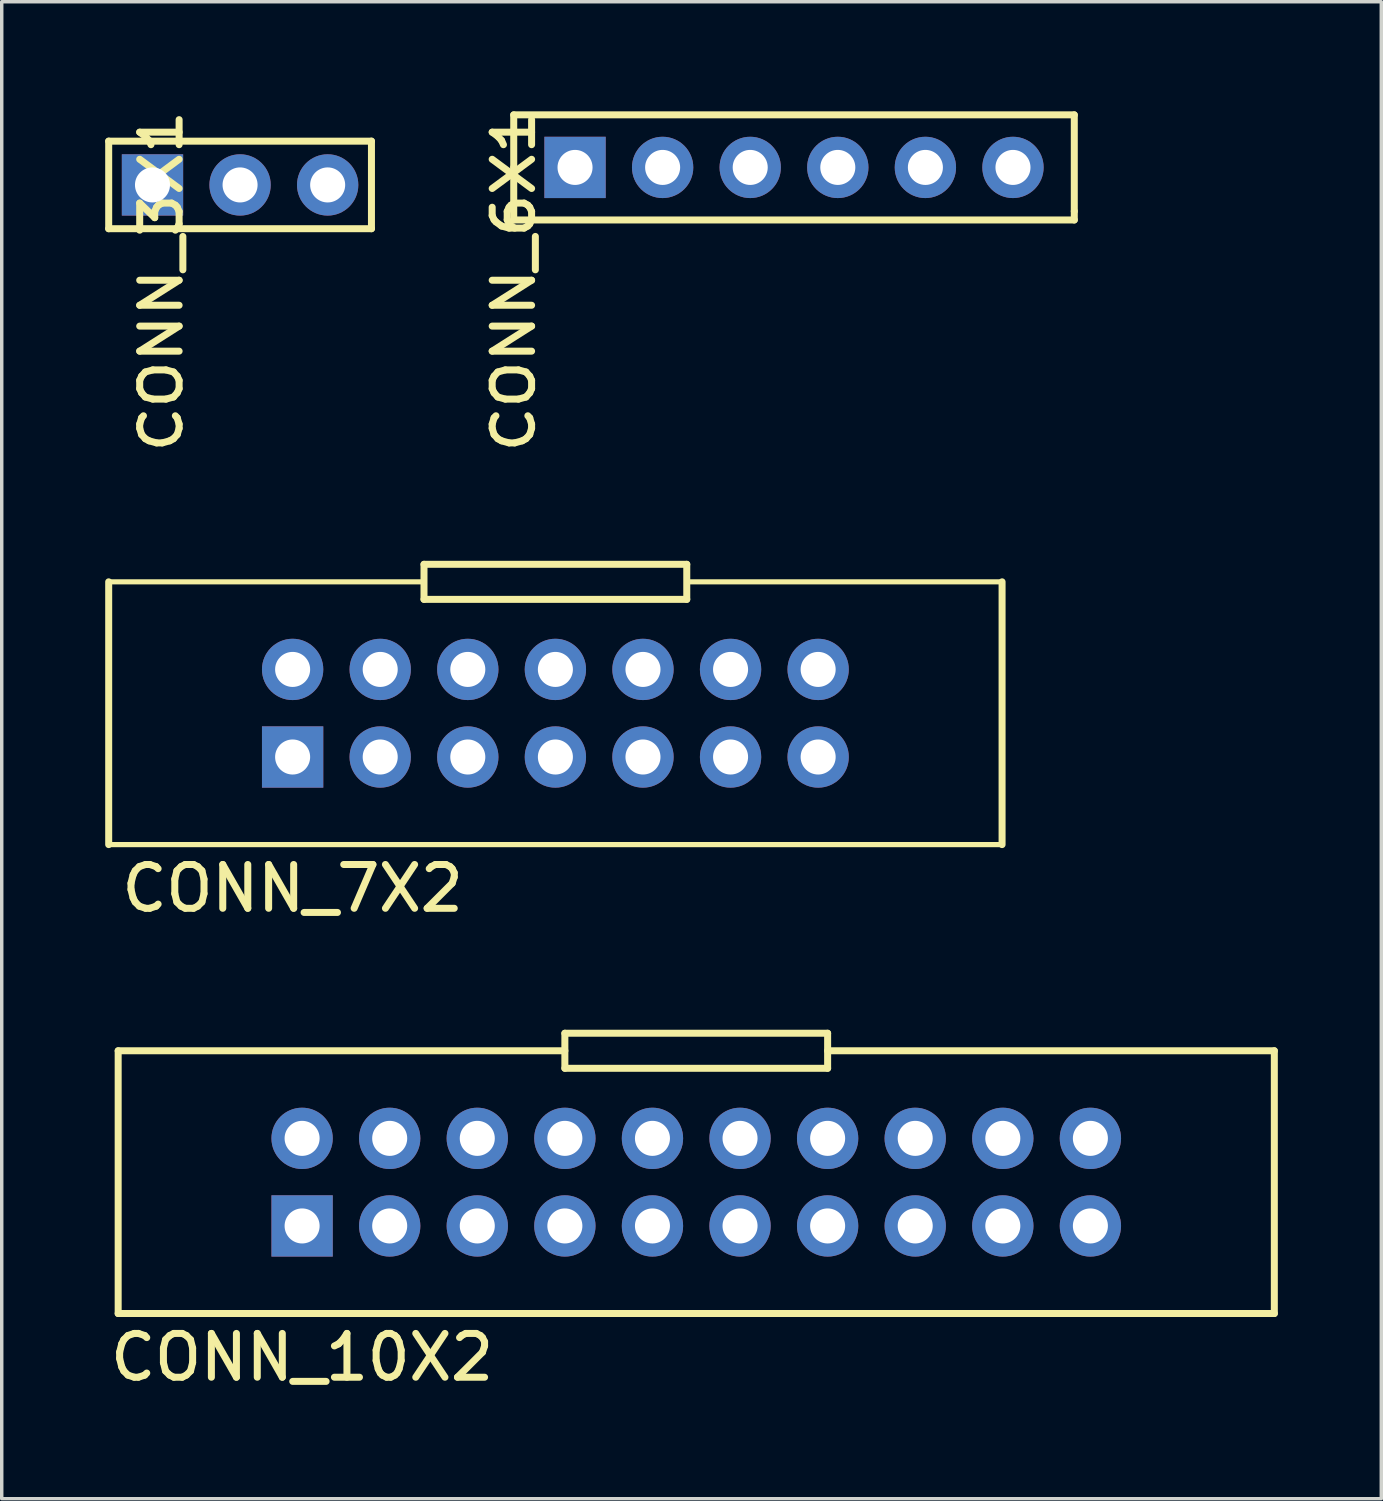
<source format=kicad_pcb>
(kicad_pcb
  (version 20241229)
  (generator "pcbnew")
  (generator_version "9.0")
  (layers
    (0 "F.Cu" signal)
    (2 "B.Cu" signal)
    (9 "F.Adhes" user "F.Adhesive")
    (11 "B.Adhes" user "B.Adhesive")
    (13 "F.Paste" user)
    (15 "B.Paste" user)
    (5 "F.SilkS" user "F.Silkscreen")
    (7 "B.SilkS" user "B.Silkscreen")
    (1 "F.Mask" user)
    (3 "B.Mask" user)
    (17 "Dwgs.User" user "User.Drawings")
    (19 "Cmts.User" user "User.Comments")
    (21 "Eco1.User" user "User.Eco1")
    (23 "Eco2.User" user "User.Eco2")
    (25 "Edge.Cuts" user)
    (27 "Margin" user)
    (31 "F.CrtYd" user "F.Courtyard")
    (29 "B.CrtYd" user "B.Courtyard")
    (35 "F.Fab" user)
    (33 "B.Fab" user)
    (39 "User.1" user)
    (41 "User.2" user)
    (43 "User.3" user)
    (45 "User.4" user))
  (footprint "CONN_10X2"
    (layer "F.Cu")
    (at 5.711 32.502)
    (property "Reference" "CONN_10X2" (at 0 3.81 0) (layer "F.SilkS") (effects (font (size 1.27 1.27) (thickness 0.203))))
    (attr smd)
    (fp_line (start -5.334 -5.08) (end -5.334 2.54) (stroke (width 0.203) (type solid)) (layer "F.SilkS"))
    (fp_line (start 7.62 -5.588) (end 15.24 -5.588) (stroke (width 0.203) (type solid)) (layer "F.SilkS"))
    (fp_line (start 7.62 -5.08) (end -5.334 -5.08) (stroke (width 0.203) (type solid)) (layer "F.SilkS"))
    (fp_line (start 7.62 -4.572) (end 7.62 -5.588) (stroke (width 0.203) (type solid)) (layer "F.SilkS"))
    (fp_line (start 15.24 -5.588) (end 15.24 -4.572) (stroke (width 0.203) (type solid)) (layer "F.SilkS"))
    (fp_line (start 15.24 -4.572) (end 7.62 -4.572) (stroke (width 0.203) (type solid)) (layer "F.SilkS"))
    (fp_line (start 28.194 -5.08) (end 15.24 -5.08) (stroke (width 0.203) (type solid)) (layer "F.SilkS"))
    (fp_line (start 28.194 2.54) (end -5.334 2.54) (stroke (width 0.203) (type solid)) (layer "F.SilkS"))
    (fp_line (start 28.194 2.54) (end 28.194 -5.08) (stroke (width 0.203) (type solid)) (layer "F.SilkS"))
    (fp_line (start -5.334 -5.08) (end -5.334 2.54) (stroke (width 0.203) (type solid)) (layer "Eco1.User"))
    (fp_line (start -5.334 2.54) (end 28.194 2.54) (stroke (width 0.203) (type solid)) (layer "Eco1.User"))
    (fp_line (start 7.62 -5.588) (end 7.62 -4.572) (stroke (width 0.203) (type solid)) (layer "Eco1.User"))
    (fp_line (start 7.62 -5.08) (end -5.334 -5.08) (stroke (width 0.203) (type solid)) (layer "Eco1.User"))
    (fp_line (start 7.62 -4.572) (end 15.24 -4.572) (stroke (width 0.203) (type solid)) (layer "Eco1.User"))
    (fp_line (start 15.24 -5.588) (end 7.62 -5.588) (stroke (width 0.203) (type solid)) (layer "Eco1.User"))
    (fp_line (start 15.24 -5.08) (end 15.24 -5.588) (stroke (width 0.203) (type solid)) (layer "Eco1.User"))
    (fp_line (start 15.24 -5.08) (end 15.494 -5.08) (stroke (width 0.203) (type solid)) (layer "Eco1.User"))
    (fp_line (start 15.24 -4.572) (end 15.24 -5.08) (stroke (width 0.203) (type solid)) (layer "Eco1.User"))
    (fp_line (start 28.194 -5.08) (end 15.24 -5.08) (stroke (width 0.203) (type solid)) (layer "Eco1.User"))
    (fp_line (start 28.194 2.54) (end 28.194 -5.08) (stroke (width 0.203) (type solid)) (layer "Eco1.User"))
    (pad "1" thru_hole rect (at 0 0) (size 1.778 1.778) (drill 1.016) (layers "*.Cu" "*.Mask" "Eco1.User" "Eco2.User"))
    (pad "2" thru_hole circle (at 0 -2.54) (size 1.778 1.778) (drill 1.016) (layers "*.Cu" "*.Mask" "Eco1.User" "Eco2.User"))
    (pad "3" thru_hole circle (at 2.54 0) (size 1.778 1.778) (drill 1.016) (layers "*.Cu" "*.Mask" "Eco1.User" "Eco2.User"))
    (pad "4" thru_hole circle (at 2.54 -2.54) (size 1.778 1.778) (drill 1.016) (layers "*.Cu" "*.Mask" "Eco1.User" "Eco2.User"))
    (pad "5" thru_hole circle (at 5.08 0) (size 1.778 1.778) (drill 1.016) (layers "*.Cu" "*.Mask" "Eco1.User" "Eco2.User"))
    (pad "6" thru_hole circle (at 5.08 -2.54) (size 1.778 1.778) (drill 1.016) (layers "*.Cu" "*.Mask" "Eco1.User" "Eco2.User"))
    (pad "7" thru_hole circle (at 7.62 0) (size 1.778 1.778) (drill 1.016) (layers "*.Cu" "*.Mask" "Eco1.User" "Eco2.User"))
    (pad "8" thru_hole circle (at 7.62 -2.54) (size 1.778 1.778) (drill 1.016) (layers "*.Cu" "*.Mask" "Eco1.User" "Eco2.User"))
    (pad "9" thru_hole circle (at 10.16 0) (size 1.778 1.778) (drill 1.016) (layers "*.Cu" "*.Mask" "Eco1.User" "Eco2.User"))
    (pad "10" thru_hole circle (at 10.16 -2.54) (size 1.778 1.778) (drill 1.016) (layers "*.Cu" "*.Mask" "Eco1.User" "Eco2.User"))
    (pad "11" thru_hole circle (at 12.7 0) (size 1.778 1.778) (drill 1.016) (layers "*.Cu" "*.Mask" "Eco1.User" "Eco2.User"))
    (pad "12" thru_hole circle (at 12.7 -2.54) (size 1.778 1.778) (drill 1.016) (layers "*.Cu" "*.Mask" "Eco1.User" "Eco2.User"))
    (pad "13" thru_hole circle (at 15.24 0) (size 1.778 1.778) (drill 1.016) (layers "*.Cu" "*.Mask" "Eco1.User" "Eco2.User"))
    (pad "14" thru_hole circle (at 15.24 -2.54) (size 1.778 1.778) (drill 1.016) (layers "*.Cu" "*.Mask" "Eco1.User" "Eco2.User"))
    (pad "15" thru_hole circle (at 17.78 0) (size 1.778 1.778) (drill 1.016) (layers "*.Cu" "*.Mask" "Eco1.User" "Eco2.User"))
    (pad "16" thru_hole circle (at 17.78 -2.54) (size 1.778 1.778) (drill 1.016) (layers "*.Cu" "*.Mask" "Eco1.User" "Eco2.User"))
    (pad "17" thru_hole circle (at 20.32 0) (size 1.778 1.778) (drill 1.016) (layers "*.Cu" "*.Mask" "Eco1.User" "Eco2.User"))
    (pad "18" thru_hole circle (at 20.32 -2.54) (size 1.778 1.778) (drill 1.016) (layers "*.Cu" "*.Mask" "Eco1.User" "Eco2.User"))
    (pad "19" thru_hole circle (at 22.86 0) (size 1.778 1.778) (drill 1.016) (layers "*.Cu" "*.Mask" "Eco1.User" "Eco2.User"))
    (pad "20" thru_hole circle (at 22.86 -2.54) (size 1.778 1.778) (drill 1.016) (layers "*.Cu" "*.Mask" "Eco1.User" "Eco2.User")))
  (footprint "CONN_6X1"
    (layer "F.Cu")
    (at 13.626 1.805)
    (property "Reference" "CONN_6X1" (at -1.778 3.302 90) (layer "F.SilkS") (effects (font (size 1.143 1.27) (thickness 0.203))))
    (attr smd)
    (fp_line (start -1.778 -1.524) (end 14.478 -1.524) (stroke (width 0.203) (type solid)) (layer "F.SilkS"))
    (fp_line (start -1.778 0) (end -1.778 -1.524) (stroke (width 0.203) (type solid)) (layer "F.SilkS"))
    (fp_line (start -1.778 1.524) (end -1.778 0) (stroke (width 0.203) (type solid)) (layer "F.SilkS"))
    (fp_line (start 14.478 -1.524) (end 14.478 1.27) (stroke (width 0.203) (type solid)) (layer "F.SilkS"))
    (fp_line (start 14.478 1.27) (end 14.478 1.524) (stroke (width 0.203) (type solid)) (layer "F.SilkS"))
    (fp_line (start 14.478 1.524) (end -1.778 1.524) (stroke (width 0.203) (type solid)) (layer "F.SilkS"))
    (fp_line (start -1.778 -1.524) (end -1.778 1.524) (stroke (width 0.203) (type solid)) (layer "Eco1.User"))
    (fp_line (start -1.778 1.524) (end 14.478 1.524) (stroke (width 0.203) (type solid)) (layer "Eco1.User"))
    (fp_line (start 14.478 -1.524) (end -1.778 -1.524) (stroke (width 0.203) (type solid)) (layer "Eco1.User"))
    (fp_line (start 14.478 1.524) (end 14.478 -1.524) (stroke (width 0.203) (type solid)) (layer "Eco1.User"))
    (pad "1" thru_hole rect (at 0 0) (size 1.778 1.778) (drill 1.016) (layers "*.Cu" "*.Mask" "Eco1.User" "Eco2.User"))
    (pad "2" thru_hole circle (at 2.54 0) (size 1.778 1.778) (drill 1.016) (layers "*.Cu" "*.Mask" "Eco1.User" "Eco2.User"))
    (pad "3" thru_hole circle (at 5.08 0) (size 1.778 1.778) (drill 1.016) (layers "*.Cu" "*.Mask" "Eco1.User" "Eco2.User"))
    (pad "4" thru_hole circle (at 7.62 0) (size 1.778 1.778) (drill 1.016) (layers "*.Cu" "*.Mask" "Eco1.User" "Eco2.User"))
    (pad "5" thru_hole circle (at 10.16 0) (size 1.778 1.778) (drill 1.016) (layers "*.Cu" "*.Mask" "Eco1.User" "Eco2.User"))
    (pad "6" thru_hole circle (at 12.7 0) (size 1.778 1.778) (drill 1.016) (layers "*.Cu" "*.Mask" "Eco1.User" "Eco2.User")))
  (footprint "CONN_3X1"
    (layer "F.Cu")
    (at 3.912 2.313)
    (property "Reference" "CONN_3X1" (at -2.286 2.794 90) (layer "F.SilkS") (effects (font (size 1.143 1.27) (thickness 0.203))))
    (attr smd)
    (fp_line (start -3.81 -1.27) (end 3.81 -1.27) (stroke (width 0.203) (type solid)) (layer "F.SilkS"))
    (fp_line (start -3.81 1.27) (end -3.81 -1.27) (stroke (width 0.203) (type solid)) (layer "F.SilkS"))
    (fp_line (start 3.81 -1.27) (end 3.81 1.27) (stroke (width 0.203) (type solid)) (layer "F.SilkS"))
    (fp_line (start 3.81 1.27) (end -3.81 1.27) (stroke (width 0.203) (type solid)) (layer "F.SilkS"))
    (fp_line (start -3.81 -1.27) (end -3.81 1.27) (stroke (width 0.203) (type solid)) (layer "Eco1.User"))
    (fp_line (start -3.81 1.27) (end 3.81 1.27) (stroke (width 0.203) (type solid)) (layer "Eco1.User"))
    (fp_line (start 3.81 -1.27) (end -3.81 -1.27) (stroke (width 0.203) (type solid)) (layer "Eco1.User"))
    (fp_line (start 3.81 1.27) (end 3.81 -1.27) (stroke (width 0.203) (type solid)) (layer "Eco1.User"))
    (pad "1" thru_hole rect (at -2.54 0) (size 1.778 1.778) (drill 1.016) (layers "*.Cu" "*.Mask" "Eco1.User"))
    (pad "2" thru_hole circle (at 0 0) (size 1.778 1.778) (drill 1.016) (layers "*.Cu" "*.Mask" "Eco1.User"))
    (pad "3" thru_hole circle (at 2.54 0) (size 1.778 1.778) (drill 1.016) (layers "*.Cu" "*.Mask" "Eco1.User")))
  (footprint "CONN_7X2"
    (layer "F.Cu")
    (at 5.436 18.903)
    (property "Reference" "CONN_7X2" (at 0 3.81 0) (layer "F.SilkS") (effects (font (size 1.27 1.27) (thickness 0.203))))
    (attr smd)
    (fp_line (start -5.334 -5.08) (end -5.334 2.54) (stroke (width 0.203) (type solid)) (layer "F.SilkS"))
    (fp_line (start -5.334 -5.08) (end 3.81 -5.08) (stroke (width 0.15) (type solid)) (layer "F.SilkS"))
    (fp_line (start 3.81 -5.588) (end 11.43 -5.588) (stroke (width 0.203) (type solid)) (layer "F.SilkS"))
    (fp_line (start 3.81 -4.572) (end 3.81 -5.588) (stroke (width 0.203) (type solid)) (layer "F.SilkS"))
    (fp_line (start 11.43 -5.588) (end 11.43 -4.572) (stroke (width 0.203) (type solid)) (layer "F.SilkS"))
    (fp_line (start 11.43 -5.08) (end 20.574 -5.08) (stroke (width 0.15) (type solid)) (layer "F.SilkS"))
    (fp_line (start 11.43 -4.572) (end 3.81 -4.572) (stroke (width 0.203) (type solid)) (layer "F.SilkS"))
    (fp_line (start 20.574 2.54) (end -5.334 2.54) (stroke (width 0.15) (type solid)) (layer "F.SilkS"))
    (fp_line (start 20.574 2.54) (end 20.574 -5.08) (stroke (width 0.203) (type solid)) (layer "F.SilkS"))
    (fp_line (start -5.334 -5.08) (end -5.334 2.54) (stroke (width 0.203) (type solid)) (layer "Eco1.User"))
    (fp_line (start -5.334 -5.08) (end 3.81 -5.08) (stroke (width 0.15) (type solid)) (layer "Eco1.User"))
    (fp_line (start 3.81 -5.588) (end 3.81 -4.572) (stroke (width 0.203) (type solid)) (layer "Eco1.User"))
    (fp_line (start 3.81 -4.572) (end 11.43 -4.572) (stroke (width 0.203) (type solid)) (layer "Eco1.User"))
    (fp_line (start 11.43 -5.588) (end 3.81 -5.588) (stroke (width 0.203) (type solid)) (layer "Eco1.User"))
    (fp_line (start 11.43 -5.08) (end 11.43 -5.588) (stroke (width 0.203) (type solid)) (layer "Eco1.User"))
    (fp_line (start 11.43 -5.08) (end 20.574 -5.08) (stroke (width 0.15) (type solid)) (layer "Eco1.User"))
    (fp_line (start 11.43 -4.572) (end 11.43 -5.08) (stroke (width 0.203) (type solid)) (layer "Eco1.User"))
    (fp_line (start 20.574 2.54) (end -5.334 2.54) (stroke (width 0.15) (type solid)) (layer "Eco1.User"))
    (fp_line (start 20.574 2.54) (end 20.574 -5.08) (stroke (width 0.203) (type solid)) (layer "Eco1.User"))
    (pad "1" thru_hole rect (at 0 0) (size 1.778 1.778) (drill 1.016) (layers "*.Cu" "*.Mask" "Eco1.User" "Eco2.User"))
    (pad "2" thru_hole circle (at 0 -2.54) (size 1.778 1.778) (drill 1.016) (layers "*.Cu" "*.Mask" "Eco1.User" "Eco2.User"))
    (pad "3" thru_hole circle (at 2.54 0) (size 1.778 1.778) (drill 1.016) (layers "*.Cu" "*.Mask" "Eco1.User" "Eco2.User"))
    (pad "4" thru_hole circle (at 2.54 -2.54) (size 1.778 1.778) (drill 1.016) (layers "*.Cu" "*.Mask" "Eco1.User" "Eco2.User"))
    (pad "5" thru_hole circle (at 5.08 0) (size 1.778 1.778) (drill 1.016) (layers "*.Cu" "*.Mask" "Eco1.User" "Eco2.User"))
    (pad "6" thru_hole circle (at 5.08 -2.54) (size 1.778 1.778) (drill 1.016) (layers "*.Cu" "*.Mask" "Eco1.User" "Eco2.User"))
    (pad "7" thru_hole circle (at 7.62 0) (size 1.778 1.778) (drill 1.016) (layers "*.Cu" "*.Mask" "Eco1.User" "Eco2.User"))
    (pad "8" thru_hole circle (at 7.62 -2.54) (size 1.778 1.778) (drill 1.016) (layers "*.Cu" "*.Mask" "Eco1.User" "Eco2.User"))
    (pad "9" thru_hole circle (at 10.16 0) (size 1.778 1.778) (drill 1.016) (layers "*.Cu" "*.Mask" "Eco1.User" "Eco2.User"))
    (pad "10" thru_hole circle (at 10.16 -2.54) (size 1.778 1.778) (drill 1.016) (layers "*.Cu" "*.Mask" "Eco1.User" "Eco2.User"))
    (pad "11" thru_hole circle (at 12.7 0) (size 1.778 1.778) (drill 1.016) (layers "*.Cu" "*.Mask" "Eco1.User" "Eco2.User"))
    (pad "12" thru_hole circle (at 12.7 -2.54) (size 1.778 1.778) (drill 1.016) (layers "*.Cu" "*.Mask" "Eco1.User" "Eco2.User"))
    (pad "13" thru_hole circle (at 15.24 0) (size 1.778 1.778) (drill 1.016) (layers "*.Cu" "*.Mask" "Eco1.User" "Eco2.User"))
    (pad "14" thru_hole circle (at 15.24 -2.54) (size 1.778 1.778) (drill 1.016) (layers "*.Cu" "*.Mask" "Eco1.User" "Eco2.User")))
  (gr_rect
    (start -3 -3)
    (end 37.007 40.412)
    (stroke (width 0.1) (type default))
    (fill no)
    (layer "Edge.Cuts")))
</source>
